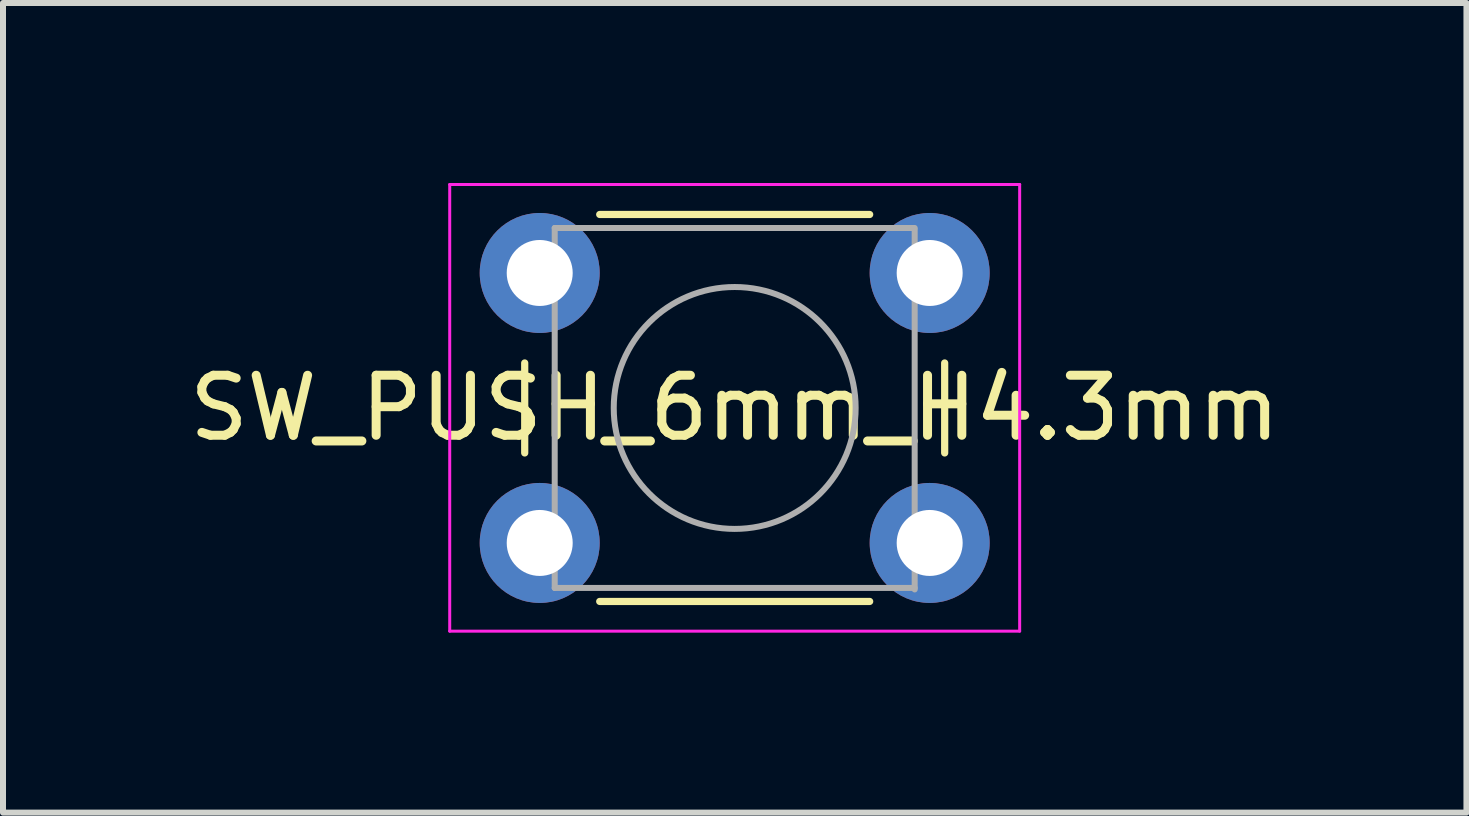
<source format=kicad_pcb>
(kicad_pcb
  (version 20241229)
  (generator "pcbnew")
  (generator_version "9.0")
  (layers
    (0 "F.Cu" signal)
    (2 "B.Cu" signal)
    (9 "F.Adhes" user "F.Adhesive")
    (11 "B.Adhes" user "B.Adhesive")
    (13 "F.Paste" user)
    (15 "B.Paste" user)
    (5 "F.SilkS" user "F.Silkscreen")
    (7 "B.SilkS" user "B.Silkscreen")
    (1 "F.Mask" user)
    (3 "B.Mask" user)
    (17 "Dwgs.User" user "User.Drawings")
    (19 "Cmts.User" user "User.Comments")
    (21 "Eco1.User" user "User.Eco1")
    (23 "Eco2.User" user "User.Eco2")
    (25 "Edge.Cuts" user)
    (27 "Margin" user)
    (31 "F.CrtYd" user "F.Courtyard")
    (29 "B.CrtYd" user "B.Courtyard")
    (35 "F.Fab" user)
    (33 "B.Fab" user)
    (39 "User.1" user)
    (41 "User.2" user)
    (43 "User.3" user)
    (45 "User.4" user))
  (footprint "SW_PUSH_6mm_H4.3mm"
    (layer "F.Cu")
    (at 9.196 3.75)
    (property "Reference" "SW_PUSH_6mm_H4.3mm" (at 0 0 180) (layer "F.SilkS") (effects (font (size 1 1) (thickness 0.15))))
    (attr through_hole exclude_from_pos_files exclude_from_bom)
    (fp_line (start -3.5 -0.75) (end -3.5 0.75) (stroke (width 0.12) (type solid)) (layer "F.SilkS"))
    (fp_line (start -2.25 3.225) (end 2.25 3.225) (stroke (width 0.12) (type solid)) (layer "F.SilkS"))
    (fp_line (start 2.25 -3.225) (end -2.25 -3.225) (stroke (width 0.12) (type solid)) (layer "F.SilkS"))
    (fp_line (start 3.5 0.75) (end 3.5 -0.75) (stroke (width 0.12) (type solid)) (layer "F.SilkS"))
    (fp_line (start -4.75 -3.725) (end 4.75 -3.725) (stroke (width 0.05) (type solid)) (layer "F.CrtYd"))
    (fp_line (start -4.75 3.72) (end -4.75 -3.725) (stroke (width 0.05) (type solid)) (layer "F.CrtYd"))
    (fp_line (start 4.75 -3.725) (end 4.75 3.72) (stroke (width 0.05) (type solid)) (layer "F.CrtYd"))
    (fp_line (start 4.75 3.72) (end -4.75 3.72) (stroke (width 0.05) (type solid)) (layer "F.CrtYd"))
    (fp_line (start -3 3) (end -3 -3) (stroke (width 0.1) (type solid)) (layer "F.Fab"))
    (fp_line (start 3 -3) (end -3 -3) (stroke (width 0.1) (type solid)) (layer "F.Fab"))
    (fp_line (start 3 -2.975) (end 3 3.025) (stroke (width 0.1) (type solid)) (layer "F.Fab"))
    (fp_line (start 3 3) (end -3 3) (stroke (width 0.1) (type solid)) (layer "F.Fab"))
    (fp_circle (center 0 0) (end 2.016 0) (stroke (width 0.1) (type solid)) (fill no) (layer "F.Fab"))
    (pad "1" thru_hole circle (at -3.25 -2.25 90) (size 2 2) (drill 1.1) (layers "*.Cu" "*.Mask"))
    (pad "1" thru_hole circle (at 3.25 -2.25 90) (size 2 2) (drill 1.1) (layers "*.Cu" "*.Mask"))
    (pad "2" thru_hole circle (at -3.25 2.25 90) (size 2 2) (drill 1.1) (layers "*.Cu" "*.Mask"))
    (pad "2" thru_hole circle (at 3.25 2.25 90) (size 2 2) (drill 1.1) (layers "*.Cu" "*.Mask")))
  (gr_rect
    (start -3 -3)
    (end 21.393 10.495)
    (stroke (width 0.1) (type default))
    (fill no)
    (layer "Edge.Cuts")))
</source>
